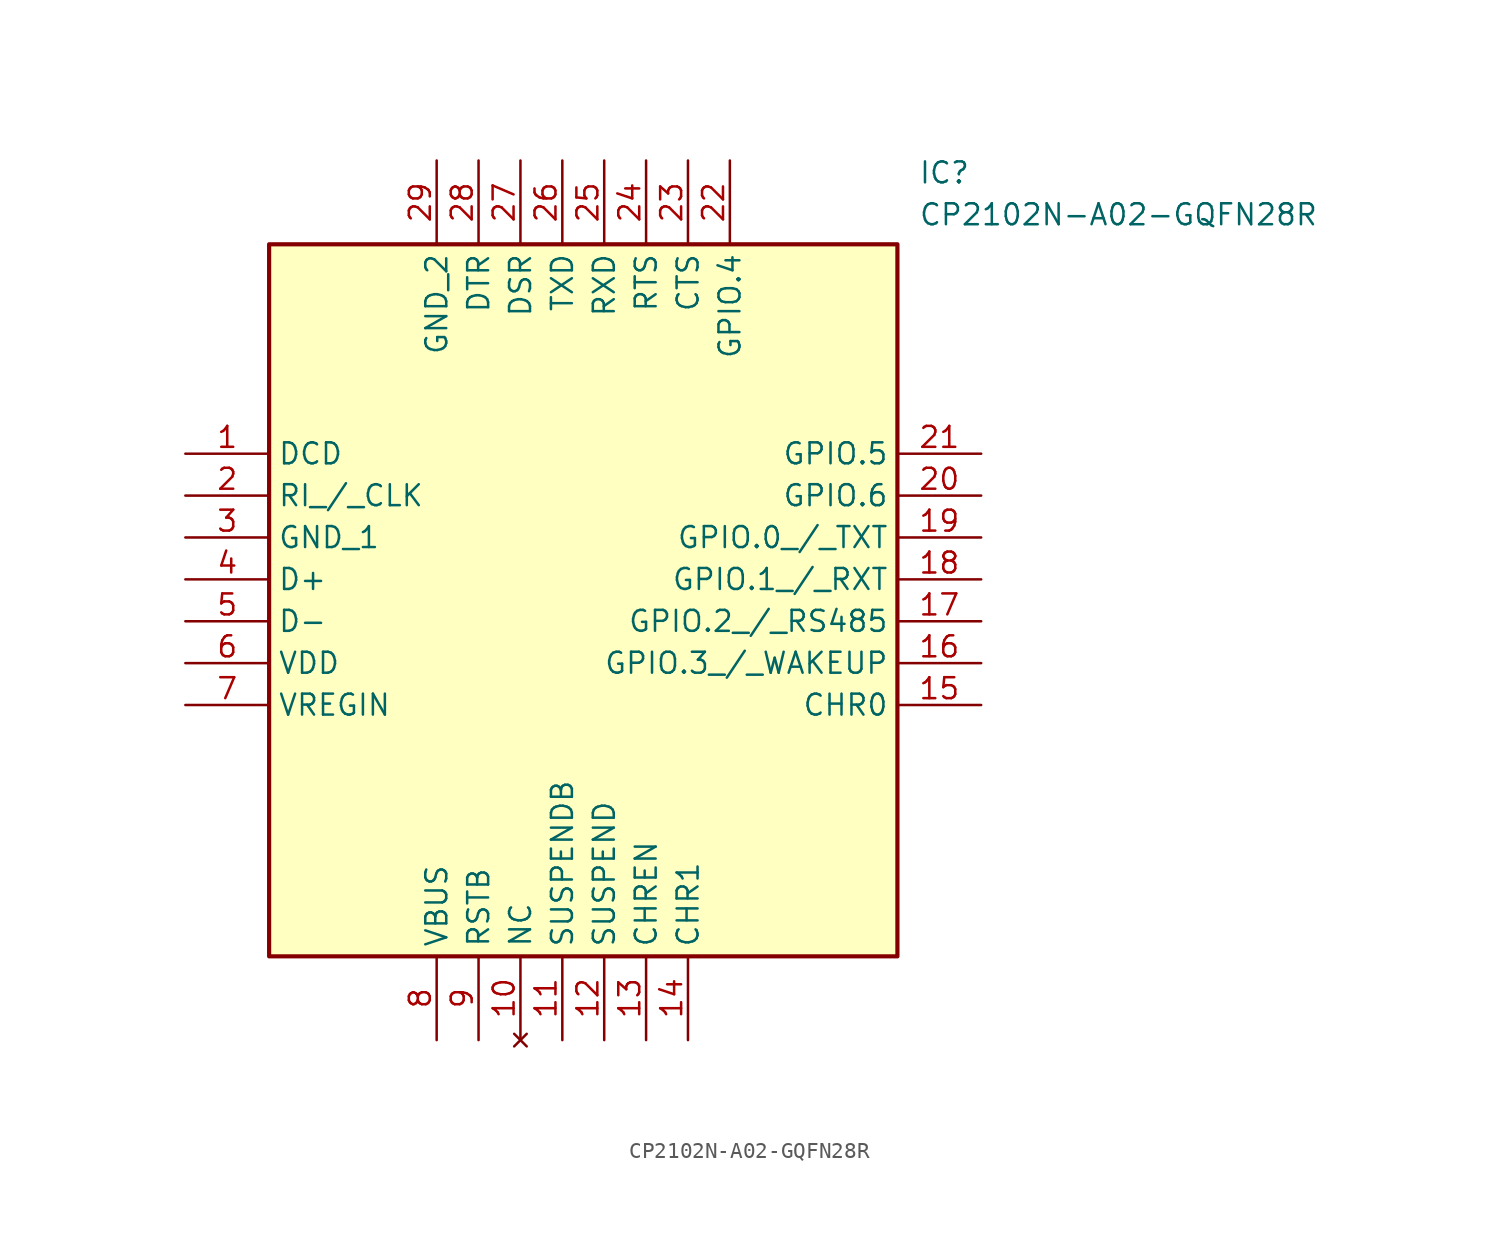
<source format=kicad_sym>
(kicad_symbol_lib
  (version 20211014)
  (generator SamacSys_ECAD_Model)
  (symbol "CP2102N-A02-GQFN28R"
    (property "Reference" "IC"
      (at 44.45 17.78 0)
      (effects (font (size 1.27 1.27)) (justify left top)))
    (property "Value" "CP2102N-A02-GQFN28R"
      (at 44.45 15.24 0)
      (effects (font (size 1.27 1.27)) (justify left top)))
    (rectangle
      (start 5.08 12.7)
      (end 43.18 -30.48)
      (stroke (width 0.254) (type default))
      (fill (type background)))
    (pin passive line
      (at 0 0 0)
      (length 5.08)
      (name "DCD" (effects (font (size 1.27 1.27))))
      (number "1" (effects (font (size 1.27 1.27)))))
    (pin passive line
      (at 0 -2.54 0)
      (length 5.08)
      (name "RI_/_CLK" (effects (font (size 1.27 1.27))))
      (number "2" (effects (font (size 1.27 1.27)))))
    (pin passive line
      (at 0 -5.08 0)
      (length 5.08)
      (name "GND_1" (effects (font (size 1.27 1.27))))
      (number "3" (effects (font (size 1.27 1.27)))))
    (pin passive line
      (at 0 -7.62 0)
      (length 5.08)
      (name "D+" (effects (font (size 1.27 1.27))))
      (number "4" (effects (font (size 1.27 1.27)))))
    (pin passive line
      (at 0 -10.16 0)
      (length 5.08)
      (name "D-" (effects (font (size 1.27 1.27))))
      (number "5" (effects (font (size 1.27 1.27)))))
    (pin passive line
      (at 0 -12.7 0)
      (length 5.08)
      (name "VDD" (effects (font (size 1.27 1.27))))
      (number "6" (effects (font (size 1.27 1.27)))))
    (pin passive line
      (at 0 -15.24 0)
      (length 5.08)
      (name "VREGIN" (effects (font (size 1.27 1.27))))
      (number "7" (effects (font (size 1.27 1.27)))))
    (pin passive line
      (at 15.24 -35.56 90)
      (length 5.08)
      (name "VBUS" (effects (font (size 1.27 1.27))))
      (number "8" (effects (font (size 1.27 1.27)))))
    (pin passive line
      (at 17.78 -35.56 90)
      (length 5.08)
      (name "RSTB" (effects (font (size 1.27 1.27))))
      (number "9" (effects (font (size 1.27 1.27)))))
    (pin no_connect line
      (at 20.32 -35.56 90)
      (length 5.08)
      (name "NC" (effects (font (size 1.27 1.27))))
      (number "10" (effects (font (size 1.27 1.27)))))
    (pin passive line
      (at 22.86 -35.56 90)
      (length 5.08)
      (name "SUSPENDB" (effects (font (size 1.27 1.27))))
      (number "11" (effects (font (size 1.27 1.27)))))
    (pin passive line
      (at 25.4 -35.56 90)
      (length 5.08)
      (name "SUSPEND" (effects (font (size 1.27 1.27))))
      (number "12" (effects (font (size 1.27 1.27)))))
    (pin passive line
      (at 27.94 -35.56 90)
      (length 5.08)
      (name "CHREN" (effects (font (size 1.27 1.27))))
      (number "13" (effects (font (size 1.27 1.27)))))
    (pin passive line
      (at 30.48 -35.56 90)
      (length 5.08)
      (name "CHR1" (effects (font (size 1.27 1.27))))
      (number "14" (effects (font (size 1.27 1.27)))))
    (pin passive line
      (at 48.26 0 180)
      (length 5.08)
      (name "GPIO.5" (effects (font (size 1.27 1.27))))
      (number "21" (effects (font (size 1.27 1.27)))))
    (pin passive line
      (at 48.26 -2.54 180)
      (length 5.08)
      (name "GPIO.6" (effects (font (size 1.27 1.27))))
      (number "20" (effects (font (size 1.27 1.27)))))
    (pin passive line
      (at 48.26 -5.08 180)
      (length 5.08)
      (name "GPIO.0_/_TXT" (effects (font (size 1.27 1.27))))
      (number "19" (effects (font (size 1.27 1.27)))))
    (pin passive line
      (at 48.26 -7.62 180)
      (length 5.08)
      (name "GPIO.1_/_RXT" (effects (font (size 1.27 1.27))))
      (number "18" (effects (font (size 1.27 1.27)))))
    (pin passive line
      (at 48.26 -10.16 180)
      (length 5.08)
      (name "GPIO.2_/_RS485" (effects (font (size 1.27 1.27))))
      (number "17" (effects (font (size 1.27 1.27)))))
    (pin passive line
      (at 48.26 -12.7 180)
      (length 5.08)
      (name "GPIO.3_/_WAKEUP" (effects (font (size 1.27 1.27))))
      (number "16" (effects (font (size 1.27 1.27)))))
    (pin passive line
      (at 48.26 -15.24 180)
      (length 5.08)
      (name "CHR0" (effects (font (size 1.27 1.27))))
      (number "15" (effects (font (size 1.27 1.27)))))
    (pin passive line
      (at 15.24 17.78 270)
      (length 5.08)
      (name "GND_2" (effects (font (size 1.27 1.27))))
      (number "29" (effects (font (size 1.27 1.27)))))
    (pin passive line
      (at 17.78 17.78 270)
      (length 5.08)
      (name "DTR" (effects (font (size 1.27 1.27))))
      (number "28" (effects (font (size 1.27 1.27)))))
    (pin passive line
      (at 20.32 17.78 270)
      (length 5.08)
      (name "DSR" (effects (font (size 1.27 1.27))))
      (number "27" (effects (font (size 1.27 1.27)))))
    (pin passive line
      (at 22.86 17.78 270)
      (length 5.08)
      (name "TXD" (effects (font (size 1.27 1.27))))
      (number "26" (effects (font (size 1.27 1.27)))))
    (pin passive line
      (at 25.4 17.78 270)
      (length 5.08)
      (name "RXD" (effects (font (size 1.27 1.27))))
      (number "25" (effects (font (size 1.27 1.27)))))
    (pin passive line
      (at 27.94 17.78 270)
      (length 5.08)
      (name "RTS" (effects (font (size 1.27 1.27))))
      (number "24" (effects (font (size 1.27 1.27)))))
    (pin passive line
      (at 30.48 17.78 270)
      (length 5.08)
      (name "CTS" (effects (font (size 1.27 1.27))))
      (number "23" (effects (font (size 1.27 1.27)))))
    (pin passive line
      (at 33.02 17.78 270)
      (length 5.08)
      (name "GPIO.4" (effects (font (size 1.27 1.27))))
      (number "22" (effects (font (size 1.27 1.27)))))))
</source>
